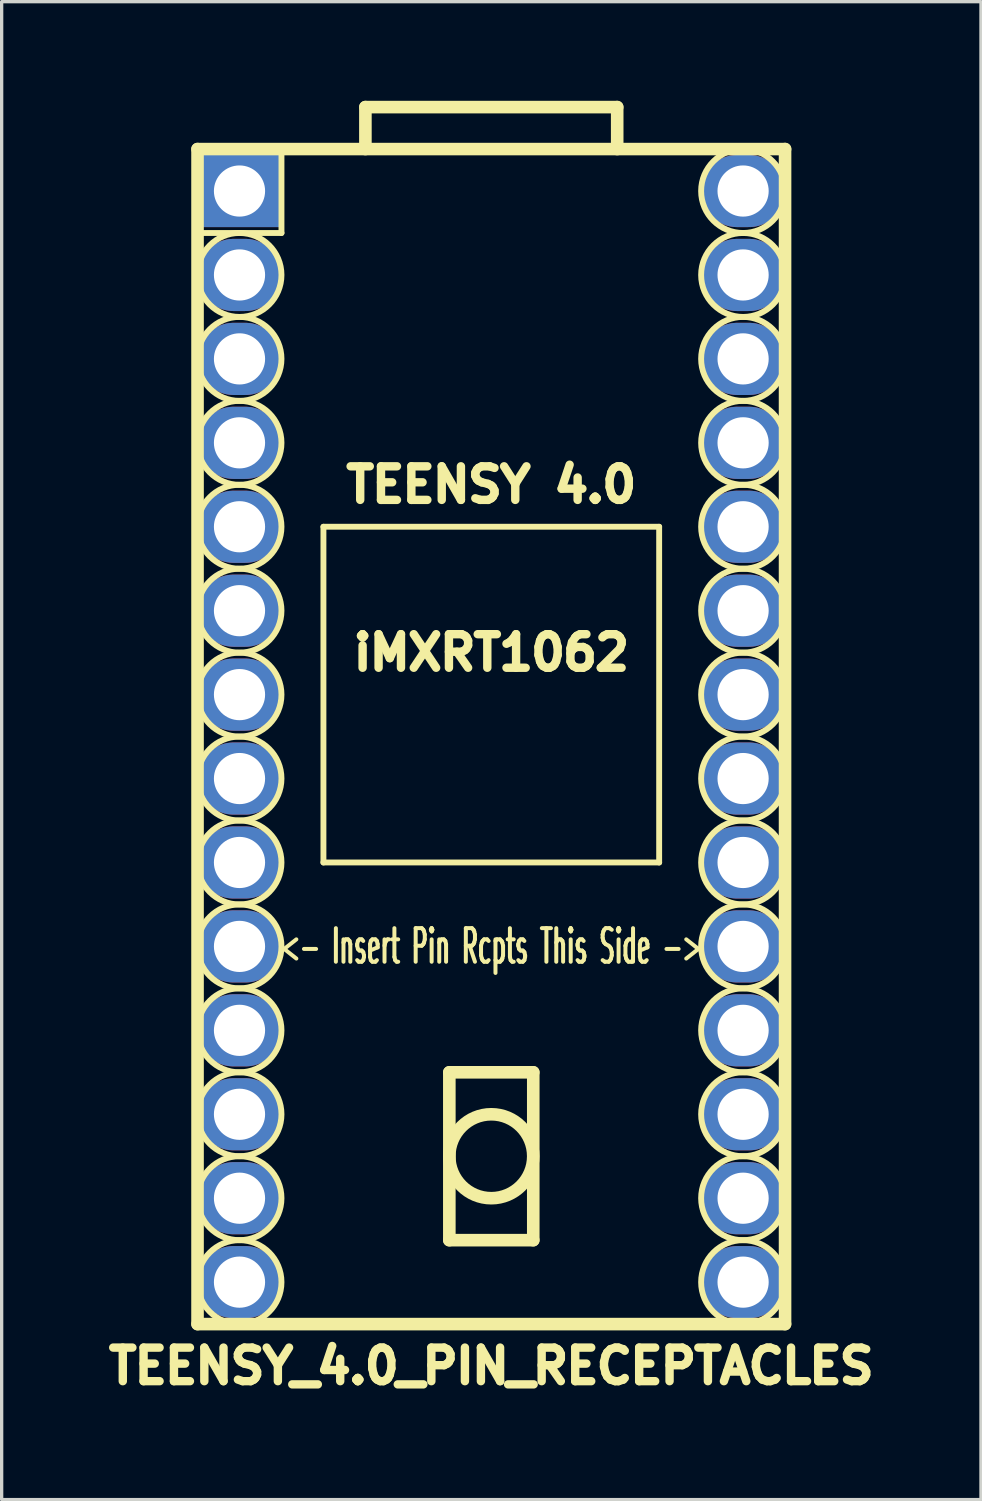
<source format=kicad_pcb>
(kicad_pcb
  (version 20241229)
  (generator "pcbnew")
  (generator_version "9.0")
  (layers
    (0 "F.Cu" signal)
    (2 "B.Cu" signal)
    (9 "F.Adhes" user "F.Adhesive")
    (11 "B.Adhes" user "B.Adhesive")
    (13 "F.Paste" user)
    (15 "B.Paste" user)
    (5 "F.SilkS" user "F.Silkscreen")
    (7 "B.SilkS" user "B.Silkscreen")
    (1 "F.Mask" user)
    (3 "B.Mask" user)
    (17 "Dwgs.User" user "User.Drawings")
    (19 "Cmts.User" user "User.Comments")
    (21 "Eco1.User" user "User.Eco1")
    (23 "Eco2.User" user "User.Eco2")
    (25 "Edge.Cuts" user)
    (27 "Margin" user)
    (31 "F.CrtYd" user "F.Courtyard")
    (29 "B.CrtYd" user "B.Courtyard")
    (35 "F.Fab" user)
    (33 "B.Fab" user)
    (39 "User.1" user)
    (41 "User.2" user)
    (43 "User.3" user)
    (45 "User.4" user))
  (footprint "TEENSY_4.0_PIN_RECEPTACLES"
    (layer "F.Cu")
    (at 11.818 19.241)
    (property "Reference" "TEENSY_4.0_PIN_RECEPTACLES" (at 0 19.05 0) (layer "F.SilkS") (effects (font (size 1.016 1.016) (thickness 0.254))))
    (attr through_hole)
    (fp_line (start -8.89 -17.78) (end -8.89 17.78) (stroke (width 0.381) (type solid)) (layer "F.SilkS"))
    (fp_line (start -8.89 -15.24) (end -6.35 -15.24) (stroke (width 0.178) (type solid)) (layer "F.SilkS"))
    (fp_line (start -8.89 17.78) (end 8.89 17.78) (stroke (width 0.381) (type solid)) (layer "F.SilkS"))
    (fp_line (start -6.35 -15.24) (end -6.35 -17.78) (stroke (width 0.178) (type solid)) (layer "F.SilkS"))
    (fp_line (start -5.08 -6.35) (end -5.08 3.81) (stroke (width 0.178) (type solid)) (layer "F.SilkS"))
    (fp_line (start -5.08 3.81) (end 5.08 3.81) (stroke (width 0.178) (type solid)) (layer "F.SilkS"))
    (fp_line (start -3.81 -19.05) (end 3.81 -19.05) (stroke (width 0.381) (type solid)) (layer "F.SilkS"))
    (fp_line (start -3.81 -17.78) (end -3.81 -19.05) (stroke (width 0.381) (type solid)) (layer "F.SilkS"))
    (fp_line (start -1.27 10.16) (end -1.27 15.24) (stroke (width 0.381) (type solid)) (layer "F.SilkS"))
    (fp_line (start -1.27 15.24) (end 1.27 15.24) (stroke (width 0.381) (type solid)) (layer "F.SilkS"))
    (fp_line (start 1.27 10.16) (end -1.27 10.16) (stroke (width 0.381) (type solid)) (layer "F.SilkS"))
    (fp_line (start 1.27 15.24) (end 1.27 10.16) (stroke (width 0.381) (type solid)) (layer "F.SilkS"))
    (fp_line (start 3.81 -19.05) (end 3.81 -17.78) (stroke (width 0.381) (type solid)) (layer "F.SilkS"))
    (fp_line (start 5.08 -6.35) (end -5.08 -6.35) (stroke (width 0.178) (type solid)) (layer "F.SilkS"))
    (fp_line (start 5.08 3.81) (end 5.08 -6.35) (stroke (width 0.178) (type solid)) (layer "F.SilkS"))
    (fp_line (start 8.89 -17.78) (end -8.89 -17.78) (stroke (width 0.381) (type solid)) (layer "F.SilkS"))
    (fp_line (start 8.89 17.78) (end 8.89 -17.78) (stroke (width 0.381) (type solid)) (layer "F.SilkS"))
    (fp_circle (center -7.62 -13.97) (end -6.35 -13.97) (stroke (width 0.178) (type solid)) (fill no) (layer "F.SilkS"))
    (fp_circle (center -7.62 -11.43) (end -6.35 -11.43) (stroke (width 0.178) (type solid)) (fill no) (layer "F.SilkS"))
    (fp_circle (center -7.62 -8.89) (end -6.35 -8.89) (stroke (width 0.178) (type solid)) (fill no) (layer "F.SilkS"))
    (fp_circle (center -7.62 -6.35) (end -6.35 -6.35) (stroke (width 0.178) (type solid)) (fill no) (layer "F.SilkS"))
    (fp_circle (center -7.62 -3.81) (end -6.35 -3.81) (stroke (width 0.178) (type solid)) (fill no) (layer "F.SilkS"))
    (fp_circle (center -7.62 -1.27) (end -6.35 -1.27) (stroke (width 0.178) (type solid)) (fill no) (layer "F.SilkS"))
    (fp_circle (center -7.62 1.27) (end -6.35 1.27) (stroke (width 0.178) (type solid)) (fill no) (layer "F.SilkS"))
    (fp_circle (center -7.62 3.81) (end -6.35 3.81) (stroke (width 0.178) (type solid)) (fill no) (layer "F.SilkS"))
    (fp_circle (center -7.62 6.35) (end -6.35 6.35) (stroke (width 0.178) (type solid)) (fill no) (layer "F.SilkS"))
    (fp_circle (center -7.62 8.89) (end -6.35 8.89) (stroke (width 0.178) (type solid)) (fill no) (layer "F.SilkS"))
    (fp_circle (center -7.62 11.43) (end -6.35 11.43) (stroke (width 0.178) (type solid)) (fill no) (layer "F.SilkS"))
    (fp_circle (center -7.62 13.97) (end -6.35 13.97) (stroke (width 0.178) (type solid)) (fill no) (layer "F.SilkS"))
    (fp_circle (center -7.62 16.51) (end -6.35 16.51) (stroke (width 0.178) (type solid)) (fill no) (layer "F.SilkS"))
    (fp_circle (center 0 12.7) (end -1.27 12.7) (stroke (width 0.381) (type solid)) (fill no) (layer "F.SilkS"))
    (fp_circle (center 7.62 -16.51) (end 8.89 -16.51) (stroke (width 0.178) (type solid)) (fill no) (layer "F.SilkS"))
    (fp_circle (center 7.62 -13.97) (end 8.89 -13.97) (stroke (width 0.178) (type solid)) (fill no) (layer "F.SilkS"))
    (fp_circle (center 7.62 -11.43) (end 8.89 -11.43) (stroke (width 0.178) (type solid)) (fill no) (layer "F.SilkS"))
    (fp_circle (center 7.62 -8.89) (end 8.89 -8.89) (stroke (width 0.178) (type solid)) (fill no) (layer "F.SilkS"))
    (fp_circle (center 7.62 -6.35) (end 8.89 -6.35) (stroke (width 0.178) (type solid)) (fill no) (layer "F.SilkS"))
    (fp_circle (center 7.62 -3.81) (end 8.89 -3.81) (stroke (width 0.178) (type solid)) (fill no) (layer "F.SilkS"))
    (fp_circle (center 7.62 -1.27) (end 8.89 -1.27) (stroke (width 0.178) (type solid)) (fill no) (layer "F.SilkS"))
    (fp_circle (center 7.62 1.27) (end 8.89 1.27) (stroke (width 0.178) (type solid)) (fill no) (layer "F.SilkS"))
    (fp_circle (center 7.62 3.81) (end 8.89 3.81) (stroke (width 0.178) (type solid)) (fill no) (layer "F.SilkS"))
    (fp_circle (center 7.62 6.35) (end 8.89 6.35) (stroke (width 0.178) (type solid)) (fill no) (layer "F.SilkS"))
    (fp_circle (center 7.62 8.89) (end 8.89 8.89) (stroke (width 0.178) (type solid)) (fill no) (layer "F.SilkS"))
    (fp_circle (center 7.62 11.43) (end 8.89 11.43) (stroke (width 0.178) (type solid)) (fill no) (layer "F.SilkS"))
    (fp_circle (center 7.62 13.97) (end 8.89 13.97) (stroke (width 0.178) (type solid)) (fill no) (layer "F.SilkS"))
    (fp_circle (center 7.62 16.51) (end 8.89 16.51) (stroke (width 0.178) (type solid)) (fill no) (layer "F.SilkS"))
    (fp_text user "iMXRT1062" (at 0 -2.54 0) (layer "F.SilkS") (effects (font (size 1.016 1.016) (thickness 0.254))))
    (fp_text user "<- Insert Pin Rcpts This Side ->" (at 0 6.35 0) (layer "F.SilkS") (effects (font (size 1.016 0.483) (thickness 0.121))))
    (fp_text user "TEENSY 4.0" (at 0 -7.62 0) (layer "F.SilkS") (effects (font (size 1.016 1.016) (thickness 0.254))))
    (pad "" thru_hole oval (at 7.62 -13.97) (size 2.54 2.184) (drill 1.549) (layers "*.Cu" "*.Mask"))
    (pad "0" thru_hole oval (at -7.62 -13.97) (size 2.54 2.184) (drill 1.549) (layers "*.Cu" "*.Mask"))
    (pad "1" thru_hole oval (at -7.62 -11.43) (size 2.54 2.184) (drill 1.549) (layers "*.Cu" "*.Mask"))
    (pad "2" thru_hole oval (at -7.62 -8.89) (size 2.54 2.184) (drill 1.549) (layers "*.Cu" "*.Mask"))
    (pad "3" thru_hole oval (at -7.62 -6.35) (size 2.54 2.184) (drill 1.549) (layers "*.Cu" "*.Mask"))
    (pad "3V3" thru_hole oval (at 7.62 -11.43) (size 2.54 2.184) (drill 1.549) (layers "*.Cu" "*.Mask"))
    (pad "4" thru_hole oval (at -7.62 -3.81) (size 2.54 2.184) (drill 1.549) (layers "*.Cu" "*.Mask"))
    (pad "5" thru_hole oval (at -7.62 -1.27) (size 2.54 2.184) (drill 1.549) (layers "*.Cu" "*.Mask"))
    (pad "6" thru_hole oval (at -7.62 1.27) (size 2.54 2.184) (drill 1.549) (layers "*.Cu" "*.Mask"))
    (pad "7" thru_hole oval (at -7.62 3.81) (size 2.54 2.184) (drill 1.549) (layers "*.Cu" "*.Mask"))
    (pad "8" thru_hole oval (at -7.62 6.35) (size 2.54 2.184) (drill 1.549) (layers "*.Cu" "*.Mask"))
    (pad "9" thru_hole oval (at -7.62 8.89) (size 2.54 2.184) (drill 1.549) (layers "*.Cu" "*.Mask"))
    (pad "10" thru_hole oval (at -7.62 11.43) (size 2.54 2.184) (drill 1.549) (layers "*.Cu" "*.Mask"))
    (pad "11" thru_hole oval (at -7.62 13.97) (size 2.54 2.184) (drill 1.549) (layers "*.Cu" "*.Mask"))
    (pad "12" thru_hole oval (at -7.62 16.51) (size 2.54 2.184) (drill 1.549) (layers "*.Cu" "*.Mask"))
    (pad "13" thru_hole oval (at 7.62 16.51) (size 2.54 2.184) (drill 1.549) (layers "*.Cu" "*.Mask"))
    (pad "14" thru_hole oval (at 7.62 13.97) (size 2.54 2.184) (drill 1.549) (layers "*.Cu" "*.Mask"))
    (pad "15" thru_hole oval (at 7.62 11.43) (size 2.54 2.184) (drill 1.549) (layers "*.Cu" "*.Mask"))
    (pad "16" thru_hole oval (at 7.62 8.89) (size 2.54 2.184) (drill 1.549) (layers "*.Cu" "*.Mask"))
    (pad "17" thru_hole oval (at 7.62 6.35) (size 2.54 2.184) (drill 1.549) (layers "*.Cu" "*.Mask"))
    (pad "18" thru_hole oval (at 7.62 3.81) (size 2.54 2.184) (drill 1.549) (layers "*.Cu" "*.Mask"))
    (pad "19" thru_hole oval (at 7.62 1.27) (size 2.54 2.184) (drill 1.549) (layers "*.Cu" "*.Mask"))
    (pad "20" thru_hole oval (at 7.62 -1.27) (size 2.54 2.184) (drill 1.549) (layers "*.Cu" "*.Mask"))
    (pad "21" thru_hole oval (at 7.62 -3.81) (size 2.54 2.184) (drill 1.549) (layers "*.Cu" "*.Mask"))
    (pad "22" thru_hole oval (at 7.62 -6.35) (size 2.54 2.184) (drill 1.549) (layers "*.Cu" "*.Mask"))
    (pad "23" thru_hole oval (at 7.62 -8.89) (size 2.54 2.184) (drill 1.549) (layers "*.Cu" "*.Mask"))
    (pad "GND" thru_hole rect (at -7.62 -16.51) (size 2.54 2.184) (drill 1.549) (layers "*.Cu" "*.Mask"))
    (pad "V" thru_hole oval (at 7.62 -16.51) (size 2.54 2.184) (drill 1.549) (layers "*.Cu" "*.Mask")))
  (gr_rect
    (start -3 -3)
    (end 26.637 42.331)
    (stroke (width 0.1) (type default))
    (fill no)
    (layer "Edge.Cuts")))
</source>
